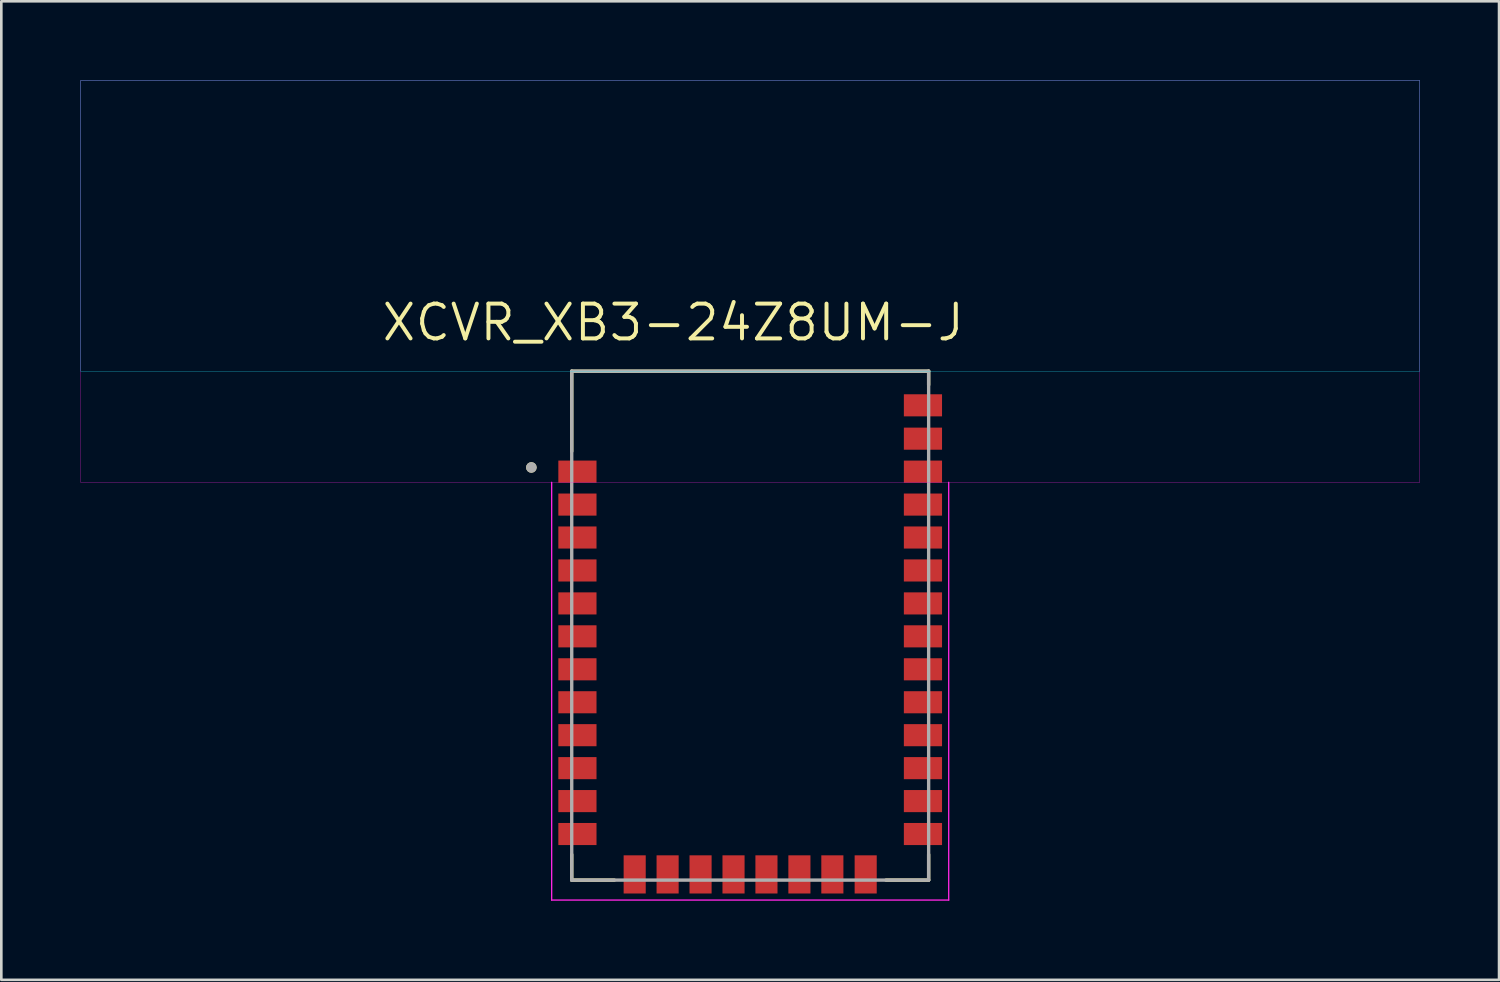
<source format=kicad_pcb>
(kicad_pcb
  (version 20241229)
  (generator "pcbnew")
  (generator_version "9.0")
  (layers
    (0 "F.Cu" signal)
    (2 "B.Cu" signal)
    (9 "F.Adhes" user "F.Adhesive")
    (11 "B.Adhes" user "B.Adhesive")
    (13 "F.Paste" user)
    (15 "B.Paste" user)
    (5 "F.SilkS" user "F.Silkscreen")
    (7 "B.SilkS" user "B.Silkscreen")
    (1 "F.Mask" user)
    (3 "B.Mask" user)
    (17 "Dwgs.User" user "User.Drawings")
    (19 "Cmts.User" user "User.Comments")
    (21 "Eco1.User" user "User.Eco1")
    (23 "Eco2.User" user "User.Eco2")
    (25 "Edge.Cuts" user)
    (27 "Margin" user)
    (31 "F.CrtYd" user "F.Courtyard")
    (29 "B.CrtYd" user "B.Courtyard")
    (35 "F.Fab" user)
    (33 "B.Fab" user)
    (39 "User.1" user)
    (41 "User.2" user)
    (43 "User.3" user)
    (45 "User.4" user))
  (footprint "XCVR_XB3-24Z8UM-J"
    (layer "F.Cu")
    (at 25.405 20.681)
    (property "Reference" "XCVR_XB3-24Z8UM-J" (at -2.919 -11.498 0) (layer "F.SilkS") (effects (font (size 1.32 1.32) (thickness 0.15))))
    (attr smd)
    (fp_line (start -6.769 -9.652) (end 6.769 -9.652) (stroke (width 0.127) (type solid)) (layer "F.SilkS"))
    (fp_line (start -6.769 -6.61) (end -6.769 -9.652) (stroke (width 0.127) (type solid)) (layer "F.SilkS"))
    (fp_line (start -6.769 8.68) (end -6.769 9.652) (stroke (width 0.127) (type solid)) (layer "F.SilkS"))
    (fp_line (start -6.769 9.652) (end -5.15 9.652) (stroke (width 0.127) (type solid)) (layer "F.SilkS"))
    (fp_line (start 5.15 9.652) (end 6.769 9.652) (stroke (width 0.127) (type solid)) (layer "F.SilkS"))
    (fp_line (start 6.769 -9.652) (end 6.769 -9.13) (stroke (width 0.127) (type solid)) (layer "F.SilkS"))
    (fp_line (start 6.769 9.652) (end 6.769 8.68) (stroke (width 0.127) (type solid)) (layer "F.SilkS"))
    (fp_circle (center -8.3 -6) (end -8.2 -6) (stroke (width 0.2) (type solid)) (fill no) (layer "F.SilkS"))
    (fp_poly (pts (xy -25.4 -20.676) (xy 25.4 -20.676) (xy 25.4 -9.652) (xy -25.4 -9.652)) (stroke (width 0.01) (type solid)) (fill no) (layer "B.CrtYd"))
    (fp_line (start -7.53 -5.436) (end -7.53 10.41) (stroke (width 0.05) (type solid)) (layer "F.CrtYd"))
    (fp_line (start -7.53 10.41) (end 7.53 10.41) (stroke (width 0.05) (type solid)) (layer "F.CrtYd"))
    (fp_line (start 7.53 10.41) (end 7.53 -5.436) (stroke (width 0.05) (type solid)) (layer "F.CrtYd"))
    (fp_poly (pts (xy -25.4 -20.676) (xy 25.4 -20.676) (xy 25.4 -5.436) (xy -25.4 -5.436)) (stroke (width 0.01) (type solid)) (fill no) (layer "F.CrtYd"))
    (fp_line (start -6.769 -9.652) (end 6.769 -9.652) (stroke (width 0.127) (type solid)) (layer "F.Fab"))
    (fp_line (start -6.769 9.652) (end -6.769 -9.652) (stroke (width 0.127) (type solid)) (layer "F.Fab"))
    (fp_line (start 6.769 -9.652) (end 6.769 9.652) (stroke (width 0.127) (type solid)) (layer "F.Fab"))
    (fp_line (start 6.769 9.652) (end -6.769 9.652) (stroke (width 0.127) (type solid)) (layer "F.Fab"))
    (fp_circle (center -8.3 -6) (end -8.2 -6) (stroke (width 0.2) (type solid)) (fill no) (layer "F.Fab"))
    (pad "1" smd rect (at -6.553 -5.842) (size 1.448 0.838) (layers "F.Cu" "F.Mask" "F.Paste"))
    (pad "2" smd rect (at -6.553 -4.592) (size 1.448 0.838) (layers "F.Cu" "F.Mask" "F.Paste"))
    (pad "3" smd rect (at -6.553 -3.343) (size 1.448 0.838) (layers "F.Cu" "F.Mask" "F.Paste"))
    (pad "4" smd rect (at -6.553 -2.093) (size 1.448 0.838) (layers "F.Cu" "F.Mask" "F.Paste"))
    (pad "5" smd rect (at -6.553 -0.843) (size 1.448 0.838) (layers "F.Cu" "F.Mask" "F.Paste"))
    (pad "6" smd rect (at -6.553 0.406) (size 1.448 0.838) (layers "F.Cu" "F.Mask" "F.Paste"))
    (pad "7" smd rect (at -6.553 1.656) (size 1.448 0.838) (layers "F.Cu" "F.Mask" "F.Paste"))
    (pad "8" smd rect (at -6.553 2.906) (size 1.448 0.838) (layers "F.Cu" "F.Mask" "F.Paste"))
    (pad "9" smd rect (at -6.553 4.155) (size 1.448 0.838) (layers "F.Cu" "F.Mask" "F.Paste"))
    (pad "10" smd rect (at -6.553 5.405) (size 1.448 0.838) (layers "F.Cu" "F.Mask" "F.Paste"))
    (pad "11" smd rect (at -6.553 6.655) (size 1.448 0.838) (layers "F.Cu" "F.Mask" "F.Paste"))
    (pad "12" smd rect (at -6.553 7.904) (size 1.448 0.838) (layers "F.Cu" "F.Mask" "F.Paste"))
    (pad "13" smd rect (at -4.381 9.436) (size 0.838 1.448) (layers "F.Cu" "F.Mask" "F.Paste"))
    (pad "14" smd rect (at -3.132 9.436) (size 0.838 1.448) (layers "F.Cu" "F.Mask" "F.Paste"))
    (pad "15" smd rect (at -1.882 9.436) (size 0.838 1.448) (layers "F.Cu" "F.Mask" "F.Paste"))
    (pad "16" smd rect (at -0.632 9.436) (size 0.838 1.448) (layers "F.Cu" "F.Mask" "F.Paste"))
    (pad "17" smd rect (at 0.617 9.436) (size 0.838 1.448) (layers "F.Cu" "F.Mask" "F.Paste"))
    (pad "18" smd rect (at 1.867 9.436) (size 0.838 1.448) (layers "F.Cu" "F.Mask" "F.Paste"))
    (pad "19" smd rect (at 3.117 9.436) (size 0.838 1.448) (layers "F.Cu" "F.Mask" "F.Paste"))
    (pad "20" smd rect (at 4.381 9.436) (size 0.838 1.448) (layers "F.Cu" "F.Mask" "F.Paste"))
    (pad "21" smd rect (at 6.553 7.904) (size 1.448 0.838) (layers "F.Cu" "F.Mask" "F.Paste"))
    (pad "22" smd rect (at 6.553 6.655) (size 1.448 0.838) (layers "F.Cu" "F.Mask" "F.Paste"))
    (pad "23" smd rect (at 6.553 5.405) (size 1.448 0.838) (layers "F.Cu" "F.Mask" "F.Paste"))
    (pad "24" smd rect (at 6.553 4.155) (size 1.448 0.838) (layers "F.Cu" "F.Mask" "F.Paste"))
    (pad "25" smd rect (at 6.553 2.906) (size 1.448 0.838) (layers "F.Cu" "F.Mask" "F.Paste"))
    (pad "26" smd rect (at 6.553 1.656) (size 1.448 0.838) (layers "F.Cu" "F.Mask" "F.Paste"))
    (pad "27" smd rect (at 6.553 0.406) (size 1.448 0.838) (layers "F.Cu" "F.Mask" "F.Paste"))
    (pad "28" smd rect (at 6.553 -0.843) (size 1.448 0.838) (layers "F.Cu" "F.Mask" "F.Paste"))
    (pad "29" smd rect (at 6.553 -2.093) (size 1.448 0.838) (layers "F.Cu" "F.Mask" "F.Paste"))
    (pad "30" smd rect (at 6.553 -3.343) (size 1.448 0.838) (layers "F.Cu" "F.Mask" "F.Paste"))
    (pad "31" smd rect (at 6.553 -4.592) (size 1.448 0.838) (layers "F.Cu" "F.Mask" "F.Paste"))
    (pad "32" smd rect (at 6.553 -5.842) (size 1.448 0.838) (layers "F.Cu" "F.Mask" "F.Paste"))
    (pad "33" smd rect (at 6.553 -7.092) (size 1.448 0.838) (layers "F.Cu" "F.Mask" "F.Paste"))
    (pad "34" smd rect (at 6.553 -8.357) (size 1.448 0.838) (layers "F.Cu" "F.Mask" "F.Paste"))
    (zone (net_name "") (layer "F.Cu") (hatch full 0.508) (connect_pads) (min_thickness 0.01) (filled_areas_thickness no) (keepout (tracks not_allowed) (vias not_allowed) (pads not_allowed) (copperpour not_allowed) (footprints allowed)) (placement (enabled no)) (fill) (polygon (pts (xy 0.005 0.005) (xy 50.805 0.005) (xy 50.805 11.029) (xy 0.005 11.029))))
    (zone (net_name "") (layer "F.Cu") (hatch full 0.508) (connect_pads) (min_thickness 0.01) (filled_areas_thickness no) (keepout (tracks not_allowed) (vias not_allowed) (pads not_allowed) (copperpour not_allowed) (footprints allowed)) (placement (enabled no)) (fill) (polygon (pts (xy 26.51 12.299) (xy 29.05 12.299) (xy 29.05 16.109) (xy 26.51 16.109))))
    (zone (net_name "") (layers "F.Cu" "B.Cu") (hatch full 0.508) (connect_pads) (min_thickness 0.01) (filled_areas_thickness no) (keepout (tracks allowed) (vias not_allowed) (pads allowed) (copperpour allowed) (footprints allowed)) (placement (enabled no)) (fill) (polygon (pts (xy 0.005 0.005) (xy 50.805 0.005) (xy 50.805 11.029) (xy 0.005 11.029)))))
  (gr_rect
    (start -3 -3)
    (end 53.81 34.116)
    (stroke (width 0.1) (type default))
    (fill no)
    (layer "Edge.Cuts")))
</source>
